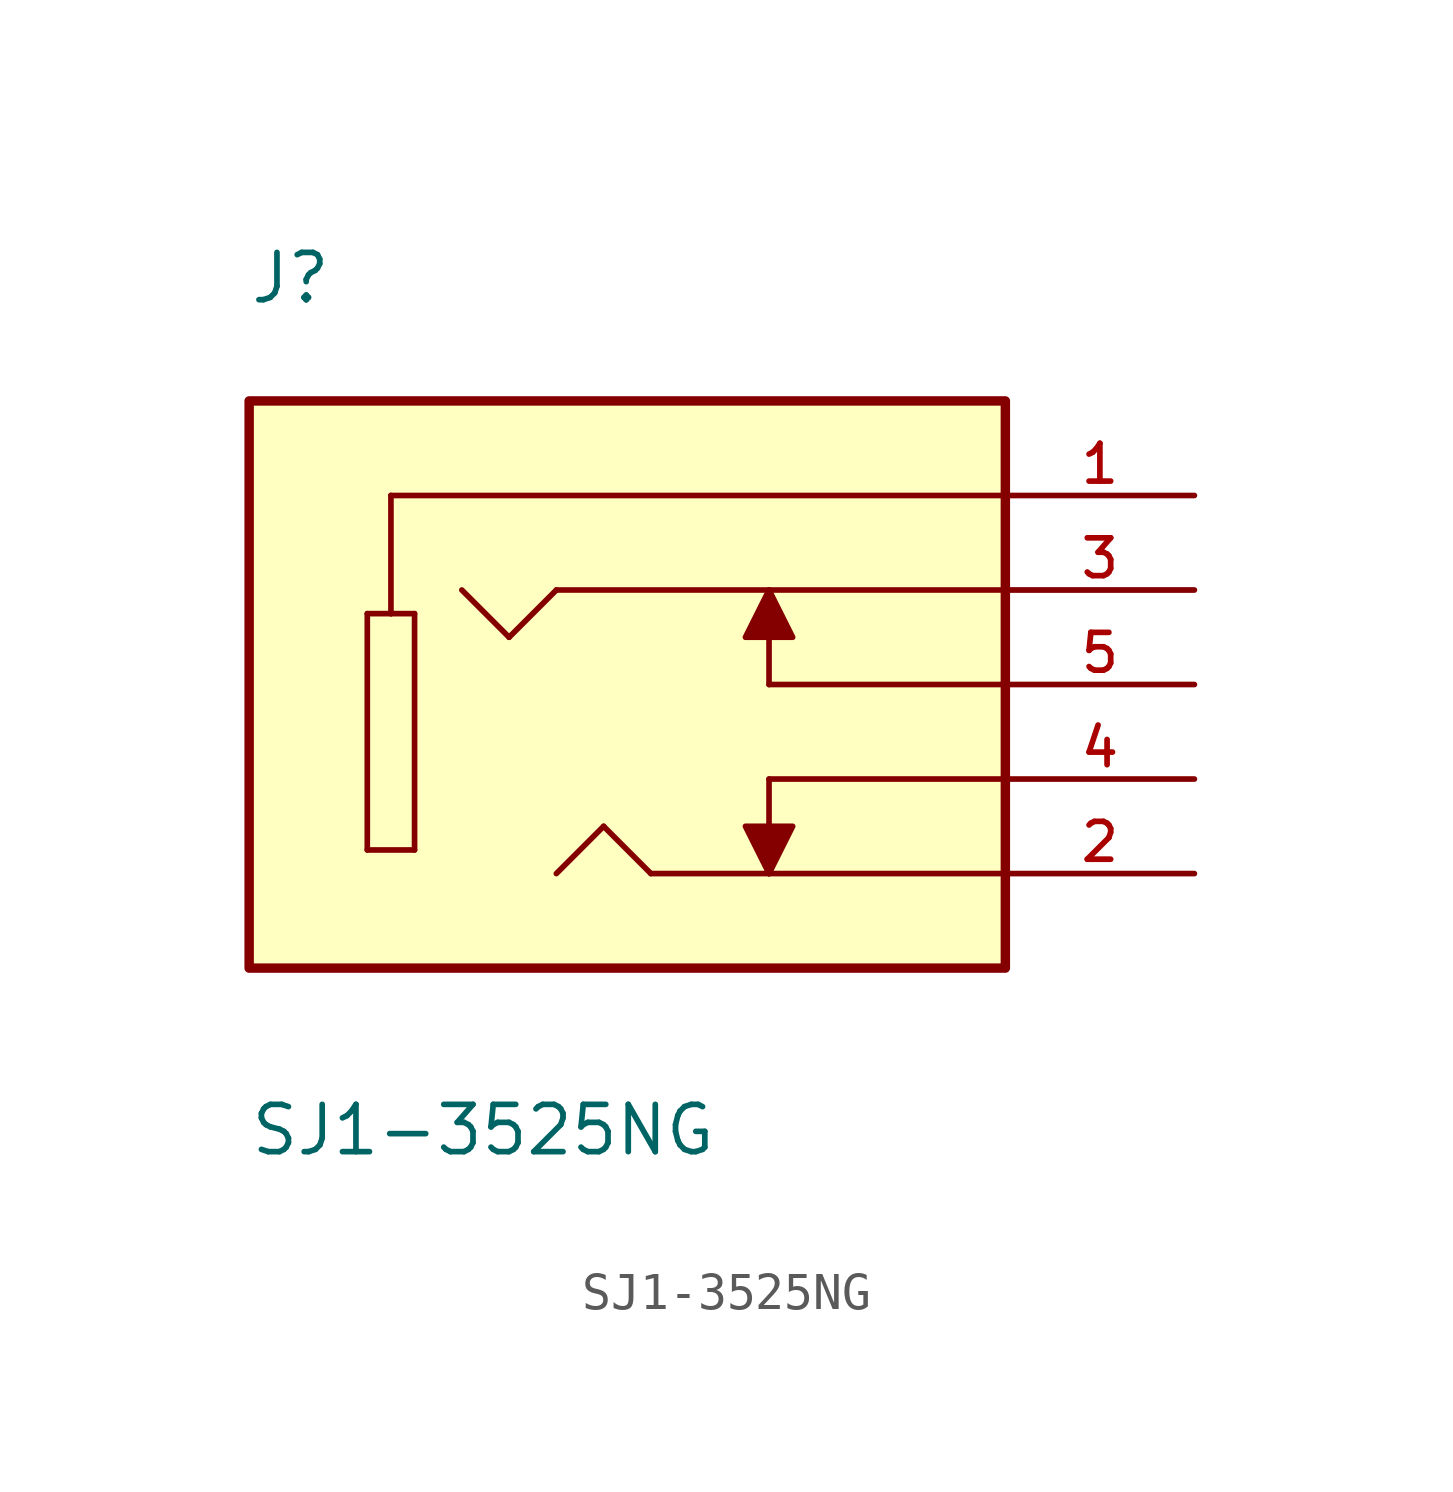
<source format=kicad_sym>
(kicad_symbol_lib
  (version 20211014)
  (generator kicad_symbol_editor)
  (symbol "SJ1-3525NG"
    (pin_names
      (offset 1.016))
    (property "Reference" "J"
      (at -10.178 10.178 0)
      (effects (font (size 1.27 1.27)) (justify bottom left)))
    (property "Value" "SJ1-3525NG"
      (at -10.172 -12.715 0)
      (effects (font (size 1.27 1.27)) (justify bottom left)))
    (symbol "SJ1-3525NG_0_0"
      (polyline (pts (xy 10.16 5.08) (xy -6.35 5.08)) (stroke (width 0.152)))
      (polyline (pts (xy -6.35 5.08) (xy -6.35 1.905)) (stroke (width 0.152)))
      (polyline (pts (xy -6.35 1.905) (xy -5.715 1.905)) (stroke (width 0.152)))
      (polyline (pts (xy -5.715 1.905) (xy -5.715 -4.445)) (stroke (width 0.152)))
      (polyline (pts (xy -5.715 -4.445) (xy -6.985 -4.445)) (stroke (width 0.152)))
      (polyline (pts (xy -6.985 -4.445) (xy -6.985 1.905)) (stroke (width 0.152)))
      (polyline (pts (xy -6.985 1.905) (xy -6.35 1.905)) (stroke (width 0.152)))
      (polyline (pts (xy 10.16 2.54) (xy 3.81 2.54)) (stroke (width 0.152)))
      (polyline (pts (xy 3.81 2.54) (xy -1.905 2.54)) (stroke (width 0.152)))
      (polyline (pts (xy -1.905 2.54) (xy -3.175 1.27)) (stroke (width 0.152)))
      (polyline (pts (xy -3.175 1.27) (xy -4.445 2.54)) (stroke (width 0.152)))
      (polyline (pts (xy 10.16 -5.08) (xy 3.81 -5.08)) (stroke (width 0.152)))
      (polyline (pts (xy 3.81 -5.08) (xy 0.635 -5.08)) (stroke (width 0.152)))
      (polyline (pts (xy 0.635 -5.08) (xy -0.635 -3.81)) (stroke (width 0.152)))
      (polyline (pts (xy -0.635 -3.81) (xy -1.905 -5.08)) (stroke (width 0.152)))
      (polyline (pts (xy 10.16 -2.54) (xy 3.81 -2.54)) (stroke (width 0.152)))
      (polyline (pts (xy 3.81 -2.54) (xy 3.81 -5.08)) (stroke (width 0.152)))
      (polyline (pts (xy 3.81 -5.08) (xy 3.175 -3.81) (xy 4.445 -3.81) (xy 3.81 -5.08)) (stroke (width 0.152)) (fill (type outline)))
      (polyline (pts (xy 3.81 2.54) (xy 4.445 1.27) (xy 3.175 1.27) (xy 3.81 2.54)) (stroke (width 0.152)) (fill (type outline)))
      (polyline (pts (xy 3.81 2.54) (xy 3.81 0.0)) (stroke (width 0.152)))
      (polyline (pts (xy 10.16 0.0) (xy 3.81 0.0)) (stroke (width 0.152)))
      (rectangle (start -10.16 -7.62) (end 10.16 7.62) (stroke (width 0.254)) (fill (type background)))
      (pin passive line (at 15.24 5.08 180.0) (length 5.08) (name "~" (effects (font (size 1.016 1.016)))) (number "1" (effects (font (size 1.016 1.016)))))
      (pin passive line (at 15.24 2.54 180.0) (length 5.08) (name "~" (effects (font (size 1.016 1.016)))) (number "3" (effects (font (size 1.016 1.016)))))
      (pin passive line (at 15.24 -5.08 180.0) (length 5.08) (name "~" (effects (font (size 1.016 1.016)))) (number "2" (effects (font (size 1.016 1.016)))))
      (pin passive line (at 15.24 -2.54 180.0) (length 5.08) (name "~" (effects (font (size 1.016 1.016)))) (number "4" (effects (font (size 1.016 1.016)))))
      (pin passive line (at 15.24 0.0 180.0) (length 5.08) (name "~" (effects (font (size 1.016 1.016)))) (number "5" (effects (font (size 1.016 1.016))))))))
</source>
